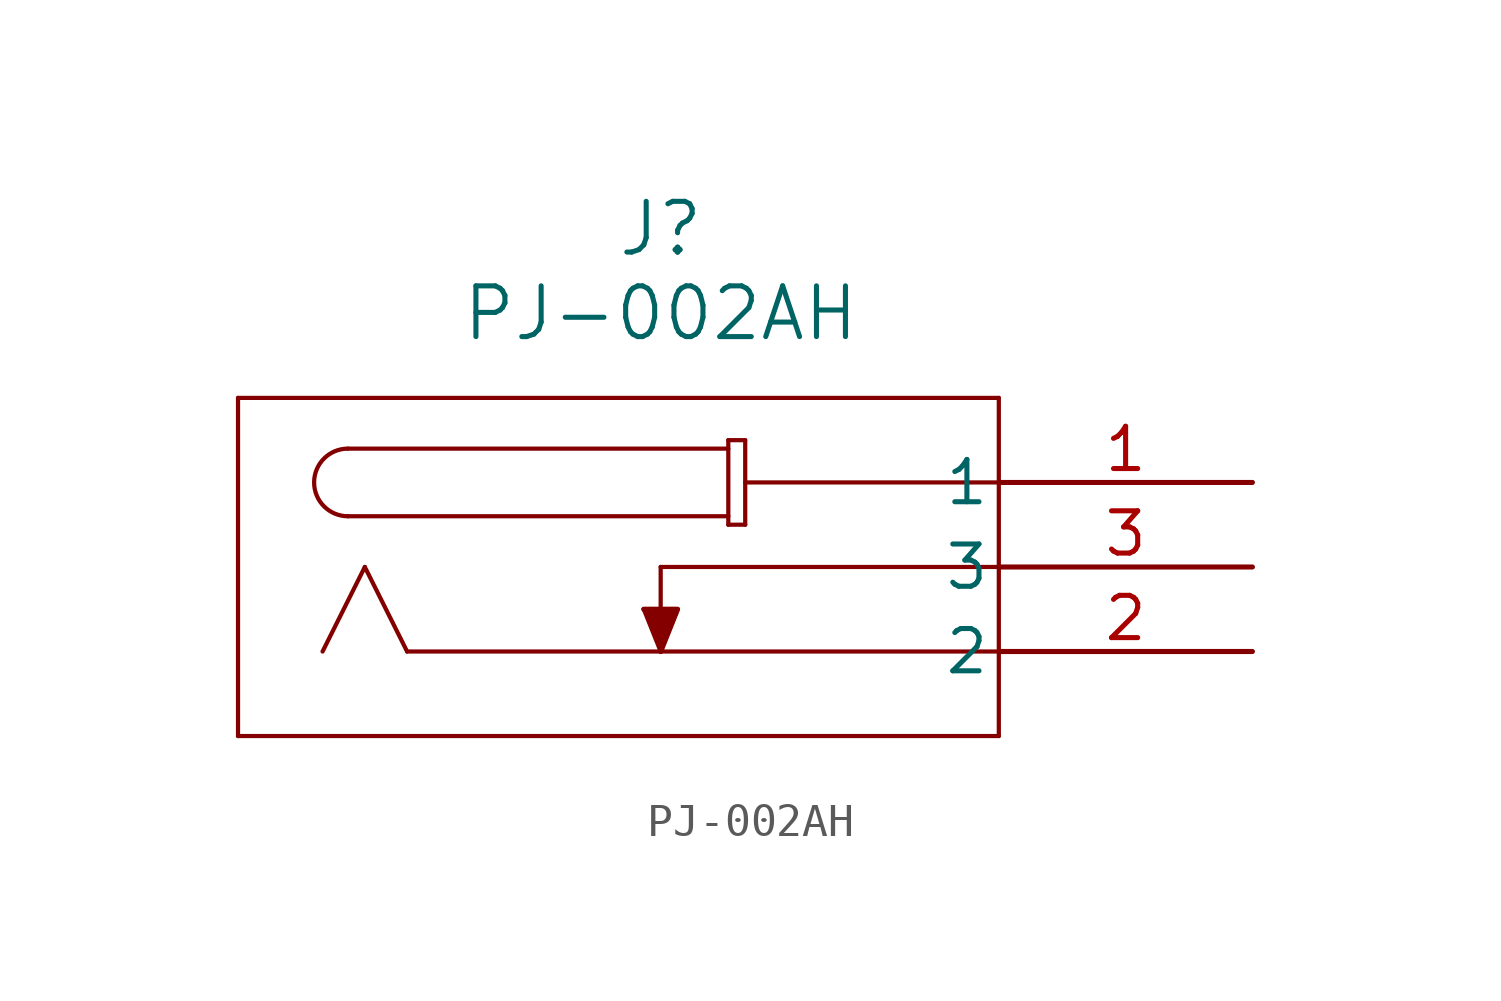
<source format=kicad_sym>
(kicad_symbol_lib
  (version 20211014)
  (generator kicad_symbol_editor)
  (symbol "PJ-002AH"
    (pin_names
      (offset 0.254))
    (property "Reference" "J"
      (at -17.78 7.62 0)
      (effects (font (size 1.524 1.524))))
    (property "Value" "PJ-002AH"
      (at -17.78 5.08 0)
      (effects (font (size 1.524 1.524))))
    (symbol "PJ-002AH_0_1"
      (polyline (pts (xy -7.62 0) (xy -15.24 0)) (stroke (width 0.127) (type default) (color 0 0 0 0)) (fill (type none)))
      (polyline (pts (xy -30.48 2.54) (xy -30.48 -7.62)) (stroke (width 0.127) (type default) (color 0 0 0 0)) (fill (type none)))
      (polyline (pts (xy -30.48 -7.62) (xy -7.62 -7.62)) (stroke (width 0.127) (type default) (color 0 0 0 0)) (fill (type none)))
      (polyline (pts (xy -7.62 -7.62) (xy -7.62 2.54)) (stroke (width 0.127) (type default) (color 0 0 0 0)) (fill (type none)))
      (polyline (pts (xy -7.62 2.54) (xy -30.48 2.54)) (stroke (width 0.127) (type default) (color 0 0 0 0)) (fill (type none)))
      (polyline (pts (xy -7.62 -2.54) (xy -17.78 -2.54)) (stroke (width 0.127) (type default) (color 0 0 0 0)) (fill (type none)))
      (polyline (pts (xy -7.62 -5.08) (xy -25.4 -5.08)) (stroke (width 0.127) (type default) (color 0 0 0 0)) (fill (type none)))
      (polyline (pts (xy -25.4 -5.08) (xy -26.67 -2.54)) (stroke (width 0.127) (type default) (color 0 0 0 0)) (fill (type none)))
      (polyline (pts (xy -26.67 -2.54) (xy -27.94 -5.08)) (stroke (width 0.127) (type default) (color 0 0 0 0)) (fill (type none)))
      (polyline (pts (xy -17.78 -2.54) (xy -17.78 -5.08)) (stroke (width 0.127) (type default) (color 0 0 0 0)) (fill (type none)))
      (polyline (pts (xy -17.78 -5.08) (xy -17.272 -3.81)) (stroke (width 0.127) (type default) (color 0 0 0 0)) (fill (type none)))
      (polyline (pts (xy -17.272 -3.81) (xy -18.288 -3.81)) (stroke (width 0.127) (type default) (color 0 0 0 0)) (fill (type none)))
      (polyline (pts (xy -18.288 -3.81) (xy -17.78 -5.08)) (stroke (width 0.127) (type default) (color 0 0 0 0)) (fill (type none)))
      (polyline (pts (xy -15.24 1.27) (xy -15.24 -1.27)) (stroke (width 0.127) (type default) (color 0 0 0 0)) (fill (type none)))
      (polyline (pts (xy -15.748 -1.016) (xy -27.178 -1.016)) (stroke (width 0.127) (type default) (color 0 0 0 0)) (fill (type none)))
      (polyline (pts (xy -15.748 1.016) (xy -27.178 1.016)) (stroke (width 0.127) (type default) (color 0 0 0 0)) (fill (type none)))
      (arc (start -27.178 1.016) (mid -28.194 0) (end -27.178 -1.016) (stroke (width 0.127) (type default) (color 0 0 0 0)) (fill (type none)))
      (polyline (pts (xy -15.748 1.27) (xy -15.748 -1.27)) (stroke (width 0.127) (type default) (color 0 0 0 0)) (fill (type none)))
      (polyline (pts (xy -15.748 -1.27) (xy -15.24 -1.27)) (stroke (width 0.127) (type default) (color 0 0 0 0)) (fill (type none)))
      (polyline (pts (xy -15.24 1.27) (xy -15.748 1.27)) (stroke (width 0.127) (type default) (color 0 0 0 0)) (fill (type none)))
      (polyline (pts (xy -18.288 -3.81) (xy -17.272 -3.81) (xy -17.78 -5.08)) (stroke (width 0) (type default) (color 0 0 0 0)) (fill (type outline)))
      (pin unspecified line (at 0 0 180) (length 7.62) (name "1" (effects (font (size 1.27 1.27)))) (number "1" (effects (font (size 1.27 1.27)))))
      (pin unspecified line (at 0 -5.08 180) (length 7.62) (name "2" (effects (font (size 1.27 1.27)))) (number "2" (effects (font (size 1.27 1.27)))))
      (pin unspecified line (at 0 -2.54 180) (length 7.62) (name "3" (effects (font (size 1.27 1.27)))) (number "3" (effects (font (size 1.27 1.27))))))))
</source>
